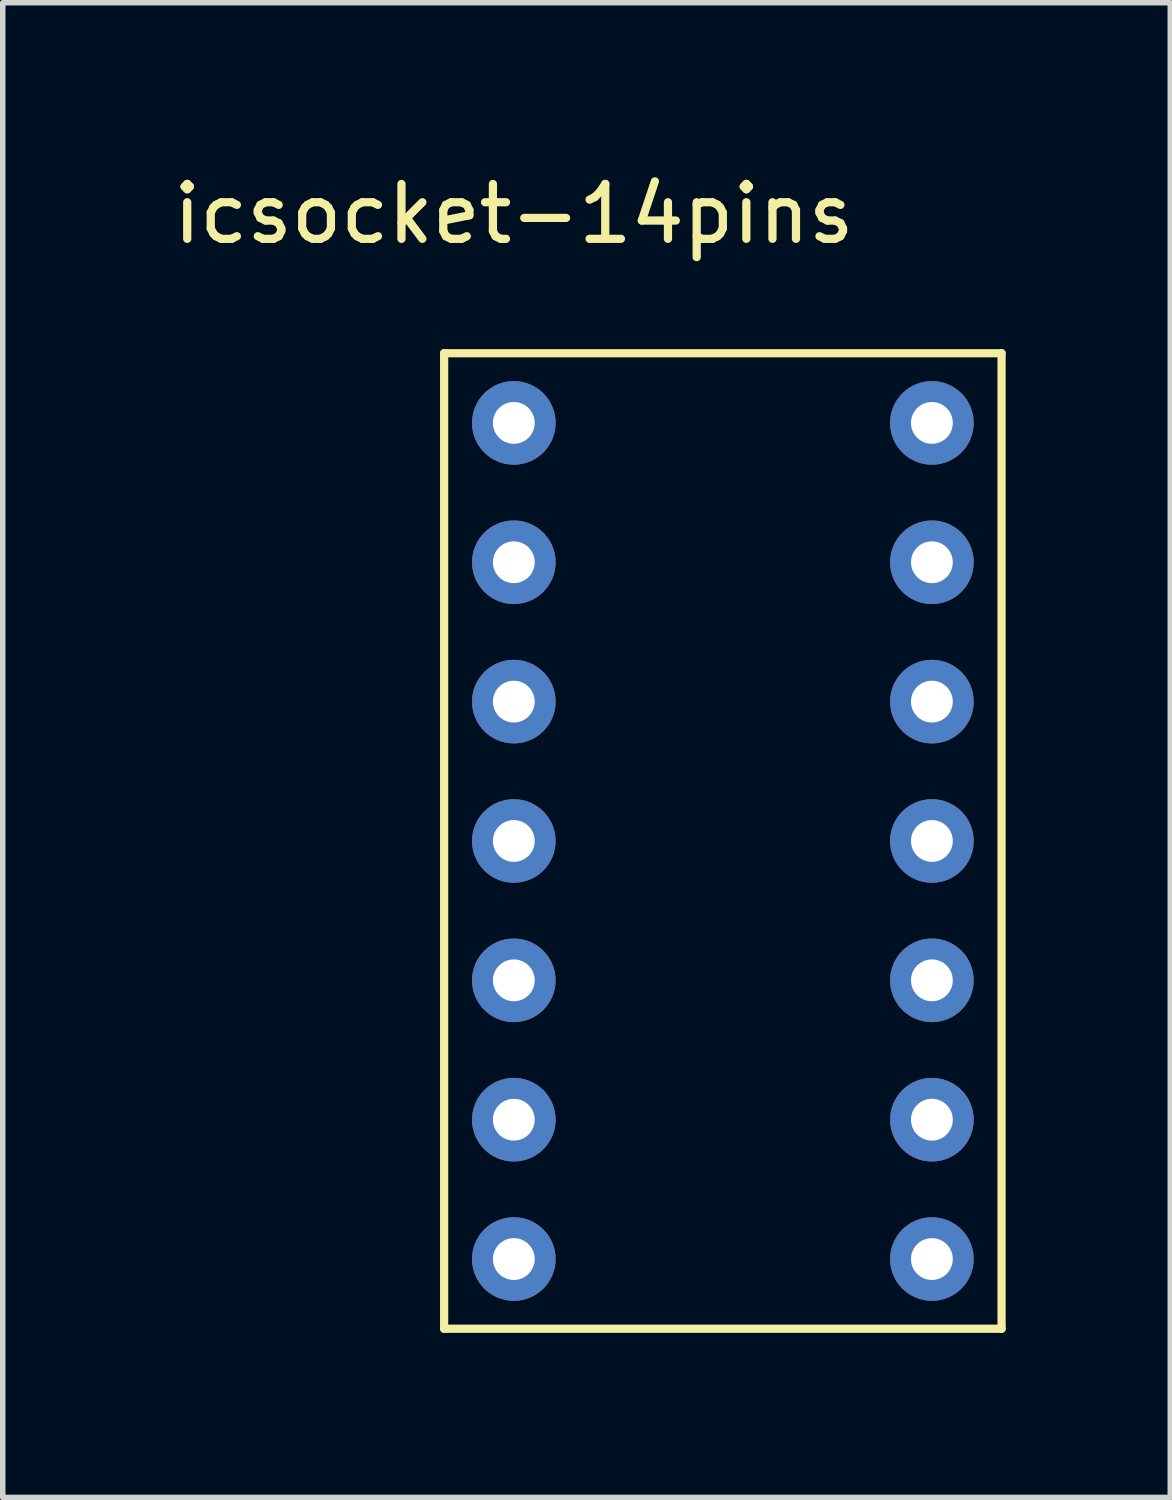
<source format=kicad_pcb>
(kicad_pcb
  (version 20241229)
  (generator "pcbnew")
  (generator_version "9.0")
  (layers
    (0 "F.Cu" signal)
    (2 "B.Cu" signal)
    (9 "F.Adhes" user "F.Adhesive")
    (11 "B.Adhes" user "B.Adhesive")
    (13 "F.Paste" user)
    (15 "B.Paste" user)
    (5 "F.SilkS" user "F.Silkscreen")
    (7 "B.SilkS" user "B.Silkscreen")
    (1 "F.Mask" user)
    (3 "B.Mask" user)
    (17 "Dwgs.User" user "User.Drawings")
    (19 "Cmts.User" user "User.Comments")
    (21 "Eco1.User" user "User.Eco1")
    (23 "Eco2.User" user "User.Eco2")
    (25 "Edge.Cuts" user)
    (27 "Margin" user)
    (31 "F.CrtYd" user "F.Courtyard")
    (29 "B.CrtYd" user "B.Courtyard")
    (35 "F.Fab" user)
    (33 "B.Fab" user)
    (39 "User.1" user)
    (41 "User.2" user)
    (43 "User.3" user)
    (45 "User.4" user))
  (footprint "icsocket-14pins"
    (layer "F.Cu")
    (at 10.125 12.278)
    (property "Reference" "icsocket-14pins" (at -3.81 -11.43 0) (layer "F.SilkS") (effects (font (size 1 1) (thickness 0.15))))
    (attr through_hole)
    (fp_line (start -5.08 -8.89) (end 5.08 -8.89) (stroke (width 0.15) (type solid)) (layer "F.SilkS"))
    (fp_line (start -5.08 8.89) (end -5.08 -8.89) (stroke (width 0.15) (type solid)) (layer "F.SilkS"))
    (fp_line (start 5.08 -8.89) (end 5.08 8.89) (stroke (width 0.15) (type solid)) (layer "F.SilkS"))
    (fp_line (start 5.08 8.89) (end -5.08 8.89) (stroke (width 0.15) (type solid)) (layer "F.SilkS"))
    (pad "1" thru_hole circle (at -3.81 -7.62) (size 1.524 1.524) (drill 0.762) (layers "*.Cu" "*.Mask"))
    (pad "2" thru_hole circle (at -3.81 -5.08) (size 1.524 1.524) (drill 0.762) (layers "*.Cu" "*.Mask"))
    (pad "3" thru_hole circle (at -3.81 -2.54) (size 1.524 1.524) (drill 0.762) (layers "*.Cu" "*.Mask"))
    (pad "4" thru_hole circle (at -3.81 0) (size 1.524 1.524) (drill 0.762) (layers "*.Cu" "*.Mask"))
    (pad "5" thru_hole circle (at -3.81 2.54) (size 1.524 1.524) (drill 0.762) (layers "*.Cu" "*.Mask"))
    (pad "6" thru_hole circle (at -3.81 5.08) (size 1.524 1.524) (drill 0.762) (layers "*.Cu" "*.Mask"))
    (pad "7" thru_hole circle (at -3.81 7.62) (size 1.524 1.524) (drill 0.762) (layers "*.Cu" "*.Mask"))
    (pad "8" thru_hole circle (at 3.81 7.62) (size 1.524 1.524) (drill 0.762) (layers "*.Cu" "*.Mask"))
    (pad "9" thru_hole circle (at 3.81 5.08) (size 1.524 1.524) (drill 0.762) (layers "*.Cu" "*.Mask"))
    (pad "10" thru_hole circle (at 3.81 2.54) (size 1.524 1.524) (drill 0.762) (layers "*.Cu" "*.Mask"))
    (pad "11" thru_hole circle (at 3.81 0) (size 1.524 1.524) (drill 0.762) (layers "*.Cu" "*.Mask"))
    (pad "12" thru_hole circle (at 3.81 -2.54) (size 1.524 1.524) (drill 0.762) (layers "*.Cu" "*.Mask"))
    (pad "13" thru_hole circle (at 3.81 -5.08) (size 1.524 1.524) (drill 0.762) (layers "*.Cu" "*.Mask"))
    (pad "14" thru_hole circle (at 3.81 -7.62) (size 1.524 1.524) (drill 0.762) (layers "*.Cu" "*.Mask")))
  (gr_rect
    (start -3 -3)
    (end 18.28 24.243)
    (stroke (width 0.1) (type default))
    (fill no)
    (layer "Edge.Cuts")))
</source>
